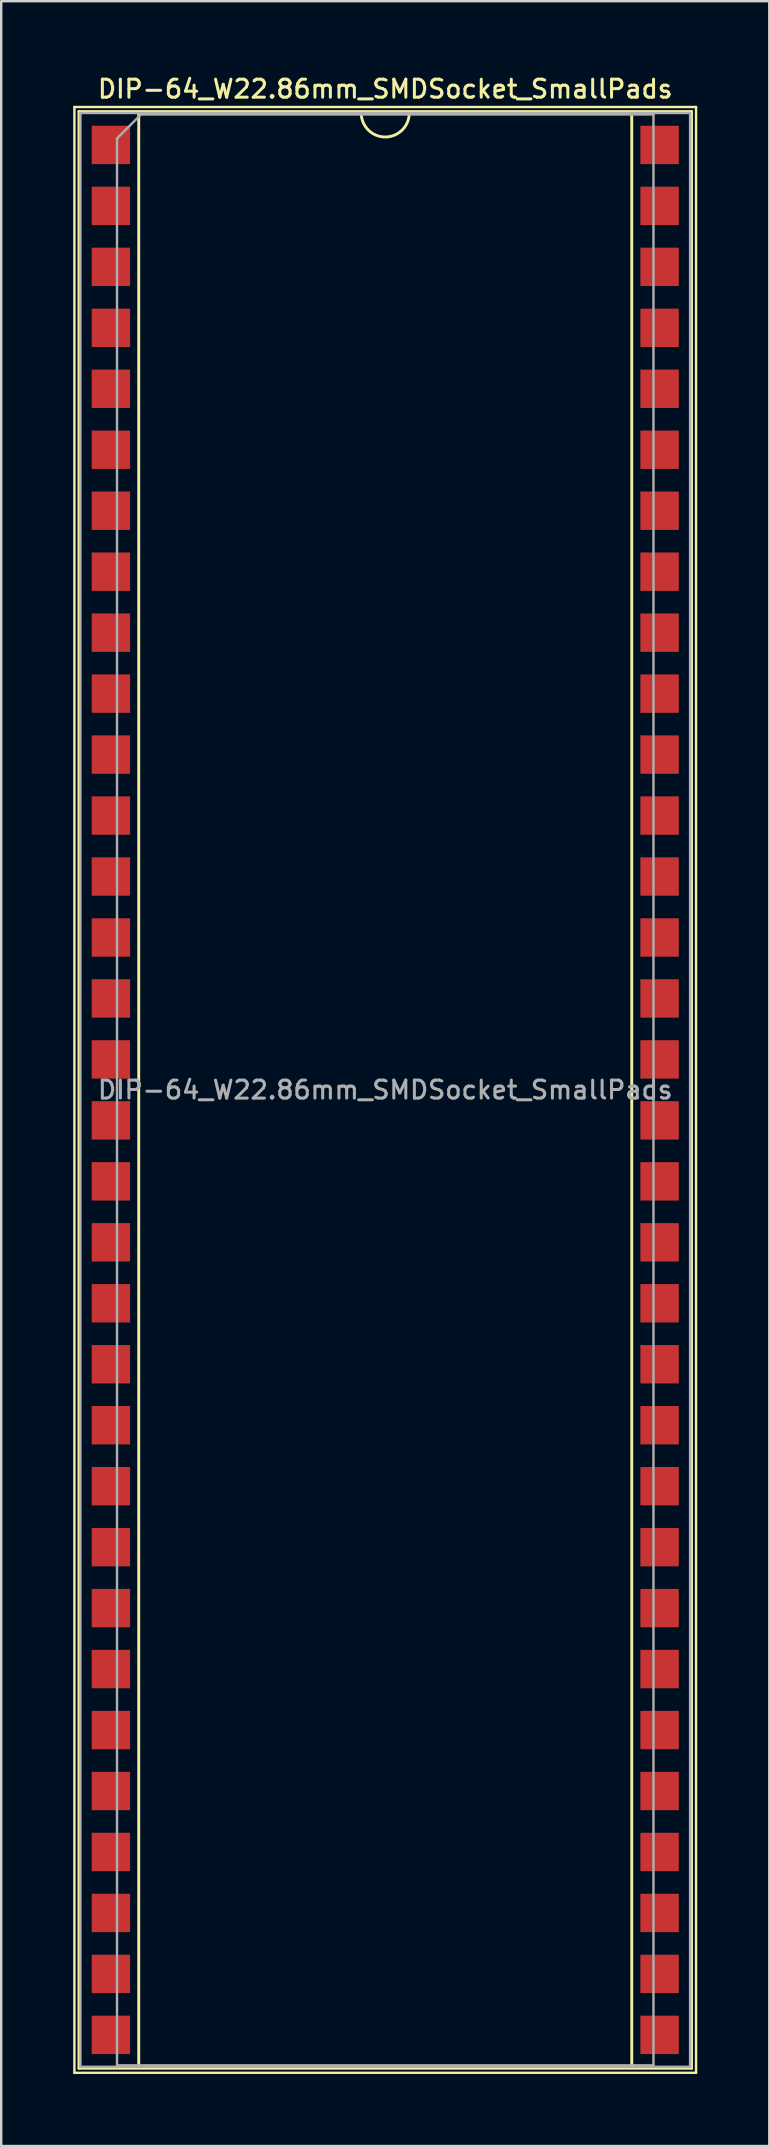
<source format=kicad_pcb>
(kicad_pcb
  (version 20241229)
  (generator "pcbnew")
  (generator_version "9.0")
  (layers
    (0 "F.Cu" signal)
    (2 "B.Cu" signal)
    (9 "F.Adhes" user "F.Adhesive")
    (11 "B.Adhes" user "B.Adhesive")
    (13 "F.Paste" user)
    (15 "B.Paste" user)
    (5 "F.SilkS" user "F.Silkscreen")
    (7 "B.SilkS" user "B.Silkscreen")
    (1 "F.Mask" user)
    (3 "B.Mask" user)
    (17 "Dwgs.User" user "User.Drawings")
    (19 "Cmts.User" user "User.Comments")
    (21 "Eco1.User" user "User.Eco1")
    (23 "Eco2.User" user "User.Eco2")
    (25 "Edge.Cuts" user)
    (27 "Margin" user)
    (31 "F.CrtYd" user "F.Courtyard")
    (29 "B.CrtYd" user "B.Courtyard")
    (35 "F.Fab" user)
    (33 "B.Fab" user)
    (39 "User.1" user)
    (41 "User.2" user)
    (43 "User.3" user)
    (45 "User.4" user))
  (footprint "DIP-64_W22.86mm_SMDSocket_SmallPads"
    (layer "F.Cu")
    (at 13 42.358)
    (property "Reference" "DIP-64_W22.86mm_SMDSocket_SmallPads" (at 0 -41.7 0) (layer "F.SilkS") (effects (font (size 0.75 0.75) (thickness 0.125))))
    (attr smd)
    (fp_line (start -12.95 -40.95) (end -12.95 40.95) (stroke (width 0.1) (type solid)) (layer "F.SilkS"))
    (fp_line (start -12.95 40.95) (end 12.95 40.95) (stroke (width 0.1) (type solid)) (layer "F.SilkS"))
    (fp_line (start -12.76 -40.76) (end -12.76 40.76) (stroke (width 0.12) (type solid)) (layer "F.SilkS"))
    (fp_line (start -12.76 40.76) (end 12.76 40.76) (stroke (width 0.12) (type solid)) (layer "F.SilkS"))
    (fp_line (start -10.27 -40.7) (end -10.27 40.7) (stroke (width 0.12) (type solid)) (layer "F.SilkS"))
    (fp_line (start -10.27 40.7) (end 10.27 40.7) (stroke (width 0.12) (type solid)) (layer "F.SilkS"))
    (fp_line (start -1 -40.7) (end -10.27 -40.7) (stroke (width 0.12) (type solid)) (layer "F.SilkS"))
    (fp_line (start 10.27 -40.7) (end 1 -40.7) (stroke (width 0.12) (type solid)) (layer "F.SilkS"))
    (fp_line (start 10.27 40.7) (end 10.27 -40.7) (stroke (width 0.12) (type solid)) (layer "F.SilkS"))
    (fp_line (start 12.76 -40.76) (end -12.76 -40.76) (stroke (width 0.12) (type solid)) (layer "F.SilkS"))
    (fp_line (start 12.76 40.76) (end 12.76 -40.76) (stroke (width 0.12) (type solid)) (layer "F.SilkS"))
    (fp_line (start 12.95 -40.95) (end -12.95 -40.95) (stroke (width 0.1) (type solid)) (layer "F.SilkS"))
    (fp_line (start 12.95 40.95) (end 12.95 -40.95) (stroke (width 0.1) (type solid)) (layer "F.SilkS"))
    (fp_arc (start 1 -40.7) (mid 0 -39.7) (end -1 -40.7) (stroke (width 0.12) (type solid)) (layer "F.SilkS"))
    (fp_line (start -12.7 -40.7) (end -12.7 40.7) (stroke (width 0.1) (type solid)) (layer "F.Fab"))
    (fp_line (start -12.7 40.7) (end 12.7 40.7) (stroke (width 0.1) (type solid)) (layer "F.Fab"))
    (fp_line (start -11.175 -39.64) (end -10.175 -40.64) (stroke (width 0.1) (type solid)) (layer "F.Fab"))
    (fp_line (start -11.175 40.64) (end -11.175 -39.64) (stroke (width 0.1) (type solid)) (layer "F.Fab"))
    (fp_line (start -10.175 -40.64) (end 11.175 -40.64) (stroke (width 0.1) (type solid)) (layer "F.Fab"))
    (fp_line (start 11.175 -40.64) (end 11.175 40.64) (stroke (width 0.1) (type solid)) (layer "F.Fab"))
    (fp_line (start 11.175 40.64) (end -11.175 40.64) (stroke (width 0.1) (type solid)) (layer "F.Fab"))
    (fp_line (start 12.7 -40.7) (end -12.7 -40.7) (stroke (width 0.1) (type solid)) (layer "F.Fab"))
    (fp_line (start 12.7 40.7) (end 12.7 -40.7) (stroke (width 0.1) (type solid)) (layer "F.Fab"))
    (fp_text user "${REFERENCE}" (at 0 0 0) (layer "F.Fab") (effects (font (size 0.75 0.75) (thickness 0.125))))
    (pad "1" smd rect (at -11.43 -39.37) (size 1.6 1.6) (layers "F.Cu" "F.Mask" "F.Paste"))
    (pad "2" smd rect (at -11.43 -36.83) (size 1.6 1.6) (layers "F.Cu" "F.Mask" "F.Paste"))
    (pad "3" smd rect (at -11.43 -34.29) (size 1.6 1.6) (layers "F.Cu" "F.Mask" "F.Paste"))
    (pad "4" smd rect (at -11.43 -31.75) (size 1.6 1.6) (layers "F.Cu" "F.Mask" "F.Paste"))
    (pad "5" smd rect (at -11.43 -29.21) (size 1.6 1.6) (layers "F.Cu" "F.Mask" "F.Paste"))
    (pad "6" smd rect (at -11.43 -26.67) (size 1.6 1.6) (layers "F.Cu" "F.Mask" "F.Paste"))
    (pad "7" smd rect (at -11.43 -24.13) (size 1.6 1.6) (layers "F.Cu" "F.Mask" "F.Paste"))
    (pad "8" smd rect (at -11.43 -21.59) (size 1.6 1.6) (layers "F.Cu" "F.Mask" "F.Paste"))
    (pad "9" smd rect (at -11.43 -19.05) (size 1.6 1.6) (layers "F.Cu" "F.Mask" "F.Paste"))
    (pad "10" smd rect (at -11.43 -16.51) (size 1.6 1.6) (layers "F.Cu" "F.Mask" "F.Paste"))
    (pad "11" smd rect (at -11.43 -13.97) (size 1.6 1.6) (layers "F.Cu" "F.Mask" "F.Paste"))
    (pad "12" smd rect (at -11.43 -11.43) (size 1.6 1.6) (layers "F.Cu" "F.Mask" "F.Paste"))
    (pad "13" smd rect (at -11.43 -8.89) (size 1.6 1.6) (layers "F.Cu" "F.Mask" "F.Paste"))
    (pad "14" smd rect (at -11.43 -6.35) (size 1.6 1.6) (layers "F.Cu" "F.Mask" "F.Paste"))
    (pad "15" smd rect (at -11.43 -3.81) (size 1.6 1.6) (layers "F.Cu" "F.Mask" "F.Paste"))
    (pad "16" smd rect (at -11.43 -1.27) (size 1.6 1.6) (layers "F.Cu" "F.Mask" "F.Paste"))
    (pad "17" smd rect (at -11.43 1.27) (size 1.6 1.6) (layers "F.Cu" "F.Mask" "F.Paste"))
    (pad "18" smd rect (at -11.43 3.81) (size 1.6 1.6) (layers "F.Cu" "F.Mask" "F.Paste"))
    (pad "19" smd rect (at -11.43 6.35) (size 1.6 1.6) (layers "F.Cu" "F.Mask" "F.Paste"))
    (pad "20" smd rect (at -11.43 8.89) (size 1.6 1.6) (layers "F.Cu" "F.Mask" "F.Paste"))
    (pad "21" smd rect (at -11.43 11.43) (size 1.6 1.6) (layers "F.Cu" "F.Mask" "F.Paste"))
    (pad "22" smd rect (at -11.43 13.97) (size 1.6 1.6) (layers "F.Cu" "F.Mask" "F.Paste"))
    (pad "23" smd rect (at -11.43 16.51) (size 1.6 1.6) (layers "F.Cu" "F.Mask" "F.Paste"))
    (pad "24" smd rect (at -11.43 19.05) (size 1.6 1.6) (layers "F.Cu" "F.Mask" "F.Paste"))
    (pad "25" smd rect (at -11.43 21.59) (size 1.6 1.6) (layers "F.Cu" "F.Mask" "F.Paste"))
    (pad "26" smd rect (at -11.43 24.13) (size 1.6 1.6) (layers "F.Cu" "F.Mask" "F.Paste"))
    (pad "27" smd rect (at -11.43 26.67) (size 1.6 1.6) (layers "F.Cu" "F.Mask" "F.Paste"))
    (pad "28" smd rect (at -11.43 29.21) (size 1.6 1.6) (layers "F.Cu" "F.Mask" "F.Paste"))
    (pad "29" smd rect (at -11.43 31.75) (size 1.6 1.6) (layers "F.Cu" "F.Mask" "F.Paste"))
    (pad "30" smd rect (at -11.43 34.29) (size 1.6 1.6) (layers "F.Cu" "F.Mask" "F.Paste"))
    (pad "31" smd rect (at -11.43 36.83) (size 1.6 1.6) (layers "F.Cu" "F.Mask" "F.Paste"))
    (pad "32" smd rect (at -11.43 39.37) (size 1.6 1.6) (layers "F.Cu" "F.Mask" "F.Paste"))
    (pad "33" smd rect (at 11.43 39.37) (size 1.6 1.6) (layers "F.Cu" "F.Mask" "F.Paste"))
    (pad "34" smd rect (at 11.43 36.83) (size 1.6 1.6) (layers "F.Cu" "F.Mask" "F.Paste"))
    (pad "35" smd rect (at 11.43 34.29) (size 1.6 1.6) (layers "F.Cu" "F.Mask" "F.Paste"))
    (pad "36" smd rect (at 11.43 31.75) (size 1.6 1.6) (layers "F.Cu" "F.Mask" "F.Paste"))
    (pad "37" smd rect (at 11.43 29.21) (size 1.6 1.6) (layers "F.Cu" "F.Mask" "F.Paste"))
    (pad "38" smd rect (at 11.43 26.67) (size 1.6 1.6) (layers "F.Cu" "F.Mask" "F.Paste"))
    (pad "39" smd rect (at 11.43 24.13) (size 1.6 1.6) (layers "F.Cu" "F.Mask" "F.Paste"))
    (pad "40" smd rect (at 11.43 21.59) (size 1.6 1.6) (layers "F.Cu" "F.Mask" "F.Paste"))
    (pad "41" smd rect (at 11.43 19.05) (size 1.6 1.6) (layers "F.Cu" "F.Mask" "F.Paste"))
    (pad "42" smd rect (at 11.43 16.51) (size 1.6 1.6) (layers "F.Cu" "F.Mask" "F.Paste"))
    (pad "43" smd rect (at 11.43 13.97) (size 1.6 1.6) (layers "F.Cu" "F.Mask" "F.Paste"))
    (pad "44" smd rect (at 11.43 11.43) (size 1.6 1.6) (layers "F.Cu" "F.Mask" "F.Paste"))
    (pad "45" smd rect (at 11.43 8.89) (size 1.6 1.6) (layers "F.Cu" "F.Mask" "F.Paste"))
    (pad "46" smd rect (at 11.43 6.35) (size 1.6 1.6) (layers "F.Cu" "F.Mask" "F.Paste"))
    (pad "47" smd rect (at 11.43 3.81) (size 1.6 1.6) (layers "F.Cu" "F.Mask" "F.Paste"))
    (pad "48" smd rect (at 11.43 1.27) (size 1.6 1.6) (layers "F.Cu" "F.Mask" "F.Paste"))
    (pad "49" smd rect (at 11.43 -1.27) (size 1.6 1.6) (layers "F.Cu" "F.Mask" "F.Paste"))
    (pad "50" smd rect (at 11.43 -3.81) (size 1.6 1.6) (layers "F.Cu" "F.Mask" "F.Paste"))
    (pad "51" smd rect (at 11.43 -6.35) (size 1.6 1.6) (layers "F.Cu" "F.Mask" "F.Paste"))
    (pad "52" smd rect (at 11.43 -8.89) (size 1.6 1.6) (layers "F.Cu" "F.Mask" "F.Paste"))
    (pad "53" smd rect (at 11.43 -11.43) (size 1.6 1.6) (layers "F.Cu" "F.Mask" "F.Paste"))
    (pad "54" smd rect (at 11.43 -13.97) (size 1.6 1.6) (layers "F.Cu" "F.Mask" "F.Paste"))
    (pad "55" smd rect (at 11.43 -16.51) (size 1.6 1.6) (layers "F.Cu" "F.Mask" "F.Paste"))
    (pad "56" smd rect (at 11.43 -19.05) (size 1.6 1.6) (layers "F.Cu" "F.Mask" "F.Paste"))
    (pad "57" smd rect (at 11.43 -21.59) (size 1.6 1.6) (layers "F.Cu" "F.Mask" "F.Paste"))
    (pad "58" smd rect (at 11.43 -24.13) (size 1.6 1.6) (layers "F.Cu" "F.Mask" "F.Paste"))
    (pad "59" smd rect (at 11.43 -26.67) (size 1.6 1.6) (layers "F.Cu" "F.Mask" "F.Paste"))
    (pad "60" smd rect (at 11.43 -29.21) (size 1.6 1.6) (layers "F.Cu" "F.Mask" "F.Paste"))
    (pad "61" smd rect (at 11.43 -31.75) (size 1.6 1.6) (layers "F.Cu" "F.Mask" "F.Paste"))
    (pad "62" smd rect (at 11.43 -34.29) (size 1.6 1.6) (layers "F.Cu" "F.Mask" "F.Paste"))
    (pad "63" smd rect (at 11.43 -36.83) (size 1.6 1.6) (layers "F.Cu" "F.Mask" "F.Paste"))
    (pad "64" smd rect (at 11.43 -39.37) (size 1.6 1.6) (layers "F.Cu" "F.Mask" "F.Paste")))
  (gr_rect
    (start -3 -3)
    (end 29 86.358)
    (stroke (width 0.1) (type default))
    (fill no)
    (layer "Edge.Cuts")))
</source>
